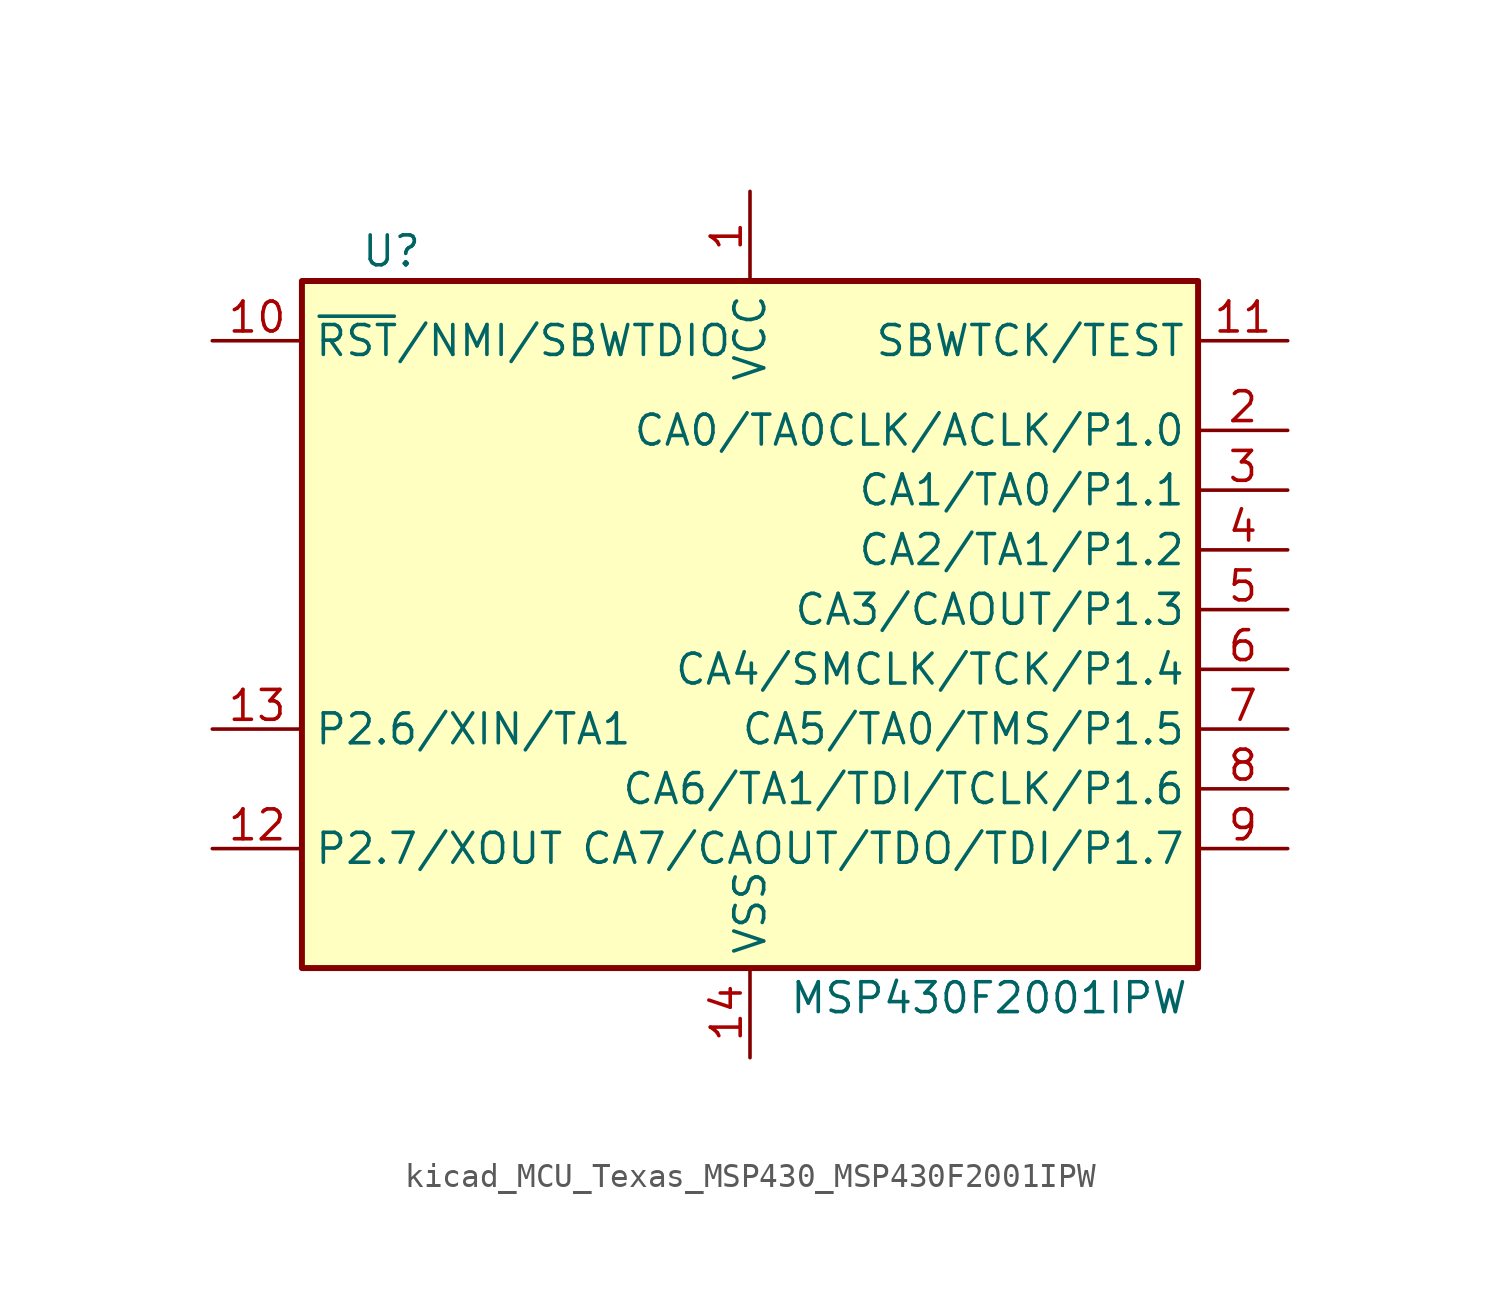
<source format=kicad_sym>
(kicad_symbol_lib
  (version 20220914)
  (generator kicad_symbol_editor)
  (symbol "kicad_MCU_Texas_MSP430_MSP430F2001IPW"
    (property "Reference" "U"
      (at -15.24 15.24 0)
      (effects (font (size 1.27 1.27))))
    (property "Value" "MSP430F2001IPW"
      (at 10.16 -16.51 0)
      (effects (font (size 1.27 1.27))))
    (symbol "kicad_MCU_Texas_MSP430_MSP430F2001IPW_0_1"
      (rectangle (start -19.05 13.97) (end 19.05 -15.24) (stroke (width 0.254) (type default)) (fill (type background))))
    (symbol "kicad_MCU_Texas_MSP430_MSP430F2001IPW_1_1"
      (pin power_in line (at 0 17.78 270) (length 3.81) (name "VCC" (effects (font (size 1.27 1.27)))) (number "1" (effects (font (size 1.27 1.27)))))
      (pin input line (at -22.86 11.43 0) (length 3.81) (name "~{RST}/NMI/SBWTDIO" (effects (font (size 1.27 1.27)))) (number "10" (effects (font (size 1.27 1.27)))))
      (pin input line (at 22.86 11.43 180) (length 3.81) (name "SBWTCK/TEST" (effects (font (size 1.27 1.27)))) (number "11" (effects (font (size 1.27 1.27)))))
      (pin bidirectional line (at -22.86 -10.16 0) (length 3.81) (name "P2.7/XOUT" (effects (font (size 1.27 1.27)))) (number "12" (effects (font (size 1.27 1.27)))))
      (pin bidirectional line (at -22.86 -5.08 0) (length 3.81) (name "P2.6/XIN/TA1" (effects (font (size 1.27 1.27)))) (number "13" (effects (font (size 1.27 1.27)))))
      (pin power_in line (at 0 -19.05 90) (length 3.81) (name "VSS" (effects (font (size 1.27 1.27)))) (number "14" (effects (font (size 1.27 1.27)))))
      (pin bidirectional line (at 22.86 7.62 180) (length 3.81) (name "CA0/TA0CLK/ACLK/P1.0" (effects (font (size 1.27 1.27)))) (number "2" (effects (font (size 1.27 1.27)))))
      (pin bidirectional line (at 22.86 5.08 180) (length 3.81) (name "CA1/TA0/P1.1" (effects (font (size 1.27 1.27)))) (number "3" (effects (font (size 1.27 1.27)))))
      (pin bidirectional line (at 22.86 2.54 180) (length 3.81) (name "CA2/TA1/P1.2" (effects (font (size 1.27 1.27)))) (number "4" (effects (font (size 1.27 1.27)))))
      (pin bidirectional line (at 22.86 0 180) (length 3.81) (name "CA3/CAOUT/P1.3" (effects (font (size 1.27 1.27)))) (number "5" (effects (font (size 1.27 1.27)))))
      (pin bidirectional line (at 22.86 -2.54 180) (length 3.81) (name "CA4/SMCLK/TCK/P1.4" (effects (font (size 1.27 1.27)))) (number "6" (effects (font (size 1.27 1.27)))))
      (pin bidirectional line (at 22.86 -5.08 180) (length 3.81) (name "CA5/TA0/TMS/P1.5" (effects (font (size 1.27 1.27)))) (number "7" (effects (font (size 1.27 1.27)))))
      (pin bidirectional line (at 22.86 -7.62 180) (length 3.81) (name "CA6/TA1/TDI/TCLK/P1.6" (effects (font (size 1.27 1.27)))) (number "8" (effects (font (size 1.27 1.27)))))
      (pin bidirectional line (at 22.86 -10.16 180) (length 3.81) (name "CA7/CAOUT/TDO/TDI/P1.7" (effects (font (size 1.27 1.27)))) (number "9" (effects (font (size 1.27 1.27))))))))
</source>
